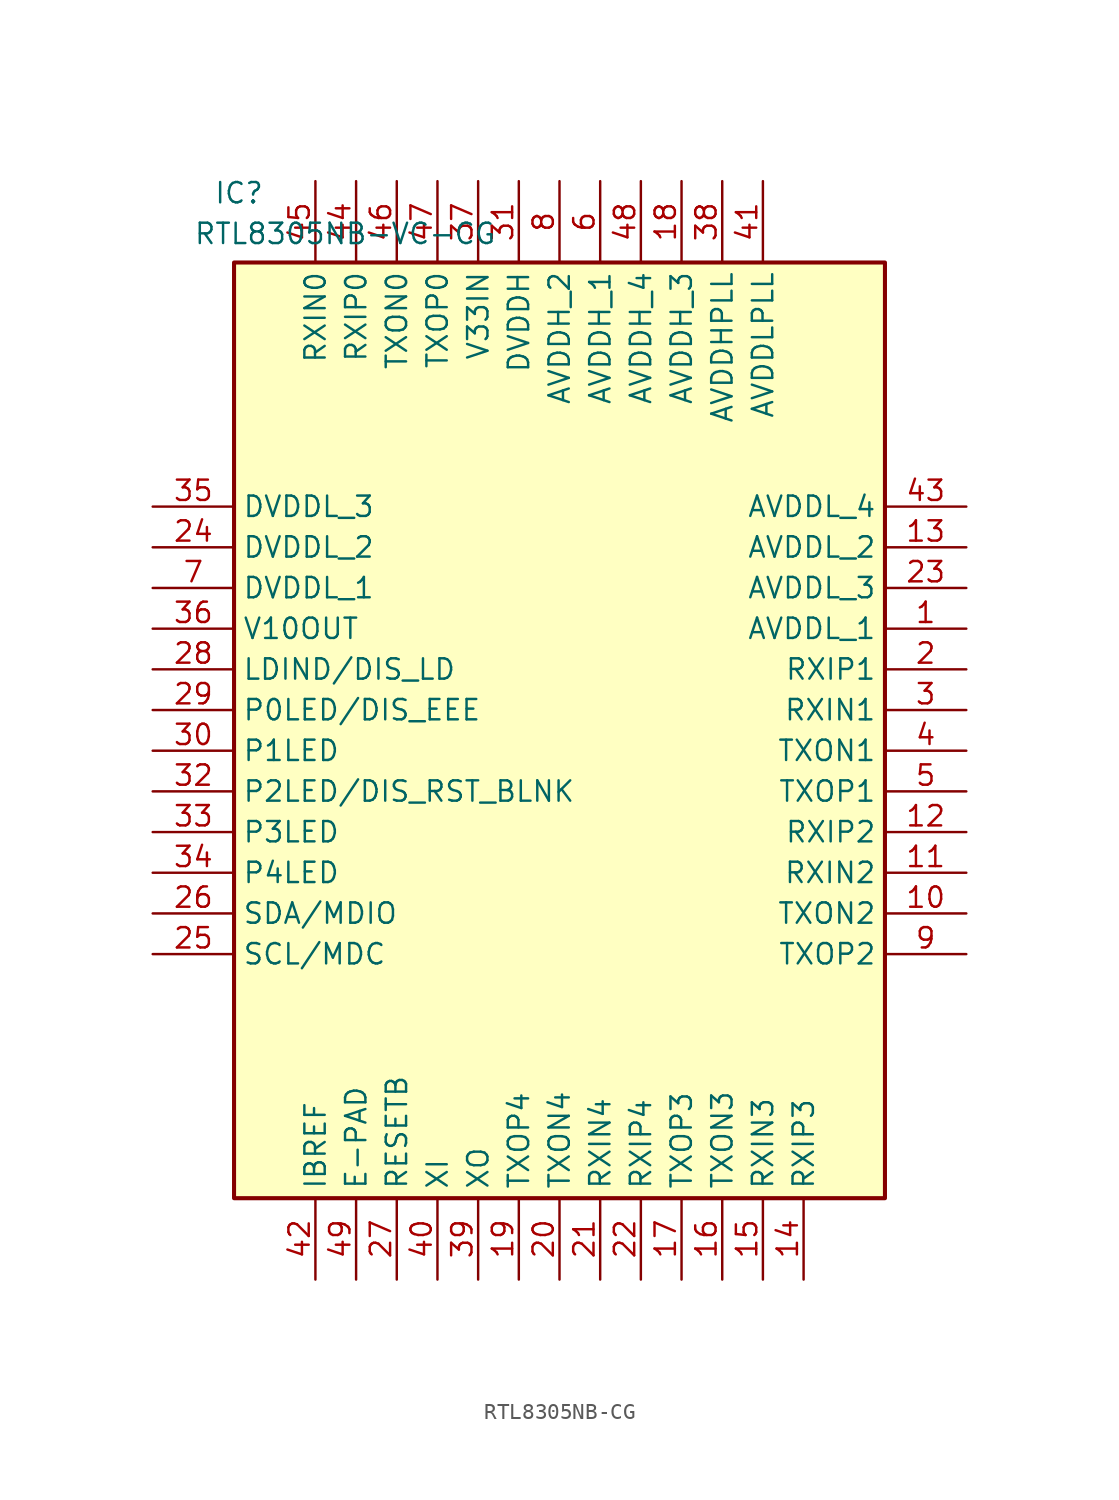
<source format=kicad_sym>
(kicad_symbol_lib
  (version 20241209)
  (generator "kicad_symbol_editor")
  (generator_version "9.0")
  (symbol "RTL8305NB-CG"
    (property "Reference" "IC"
      (at 3.81 20.32 0)
      (effects (font (size 1.27 1.27)) (justify left top)))
    (property "Value" "RTL8305NB-VC-CG"
      (at 2.54 17.78 0)
      (effects (font (size 1.27 1.27)) (justify left top)))
    (symbol "RTL8305NB-CG_1_1"
      (rectangle (start 45.72 15.24) (end 5.08 -43.18) (stroke (width 0.254) (type default)) (fill (type background)))
      (pin power_in line (at 0 0 0) (length 5.08) (name "DVDDL_3" (effects (font (size 1.27 1.27)))) (number "35" (effects (font (size 1.27 1.27)))))
      (pin power_in line (at 0 -2.54 0) (length 5.08) (name "DVDDL_2" (effects (font (size 1.27 1.27)))) (number "24" (effects (font (size 1.27 1.27)))))
      (pin power_in line (at 0 -5.08 0) (length 5.08) (name "DVDDL_1" (effects (font (size 1.27 1.27)))) (number "7" (effects (font (size 1.27 1.27)))))
      (pin power_out line (at 0 -7.62 0) (length 5.08) (name "V10OUT" (effects (font (size 1.27 1.27)))) (number "36" (effects (font (size 1.27 1.27)))))
      (pin bidirectional line (at 0 -10.16 0) (length 5.08) (name "LDIND/DIS_LD" (effects (font (size 1.27 1.27)))) (number "28" (effects (font (size 1.27 1.27)))))
      (pin bidirectional line (at 0 -12.7 0) (length 5.08) (name "P0LED/DIS_EEE" (effects (font (size 1.27 1.27)))) (number "29" (effects (font (size 1.27 1.27)))))
      (pin bidirectional line (at 0 -15.24 0) (length 5.08) (name "P1LED" (effects (font (size 1.27 1.27)))) (number "30" (effects (font (size 1.27 1.27)))))
      (pin bidirectional line (at 0 -17.78 0) (length 5.08) (name "P2LED/DIS_RST_BLNK" (effects (font (size 1.27 1.27)))) (number "32" (effects (font (size 1.27 1.27)))))
      (pin bidirectional line (at 0 -20.32 0) (length 5.08) (name "P3LED" (effects (font (size 1.27 1.27)))) (number "33" (effects (font (size 1.27 1.27)))))
      (pin bidirectional line (at 0 -22.86 0) (length 5.08) (name "P4LED" (effects (font (size 1.27 1.27)))) (number "34" (effects (font (size 1.27 1.27)))))
      (pin bidirectional line (at 0 -25.4 0) (length 5.08) (name "SDA/MDIO" (effects (font (size 1.27 1.27)))) (number "26" (effects (font (size 1.27 1.27)))))
      (pin bidirectional line (at 0 -27.94 0) (length 5.08) (name "SCL/MDC" (effects (font (size 1.27 1.27)))) (number "25" (effects (font (size 1.27 1.27)))))
      (pin input line (at 10.16 20.32 270) (length 5.08) (name "RXIN0" (effects (font (size 1.27 1.27)))) (number "45" (effects (font (size 1.27 1.27)))))
      (pin output line (at 10.16 -48.26 90) (length 5.08) (name "IBREF" (effects (font (size 1.27 1.27)))) (number "42" (effects (font (size 1.27 1.27)))))
      (pin input line (at 12.7 20.32 270) (length 5.08) (name "RXIP0" (effects (font (size 1.27 1.27)))) (number "44" (effects (font (size 1.27 1.27)))))
      (pin power_in line (at 12.7 -48.26 90) (length 5.08) (name "E-PAD" (effects (font (size 1.27 1.27)))) (number "49" (effects (font (size 1.27 1.27)))))
      (pin output line (at 15.24 20.32 270) (length 5.08) (name "TXON0" (effects (font (size 1.27 1.27)))) (number "46" (effects (font (size 1.27 1.27)))))
      (pin input line (at 15.24 -48.26 90) (length 5.08) (name "RESETB" (effects (font (size 1.27 1.27)))) (number "27" (effects (font (size 1.27 1.27)))))
      (pin output line (at 17.78 20.32 270) (length 5.08) (name "TXOP0" (effects (font (size 1.27 1.27)))) (number "47" (effects (font (size 1.27 1.27)))))
      (pin input line (at 17.78 -48.26 90) (length 5.08) (name "XI" (effects (font (size 1.27 1.27)))) (number "40" (effects (font (size 1.27 1.27)))))
      (pin power_in line (at 20.32 20.32 270) (length 5.08) (name "V33IN" (effects (font (size 1.27 1.27)))) (number "37" (effects (font (size 1.27 1.27)))))
      (pin output line (at 20.32 -48.26 90) (length 5.08) (name "XO" (effects (font (size 1.27 1.27)))) (number "39" (effects (font (size 1.27 1.27)))))
      (pin power_in line (at 22.86 20.32 270) (length 5.08) (name "DVDDH" (effects (font (size 1.27 1.27)))) (number "31" (effects (font (size 1.27 1.27)))))
      (pin output line (at 22.86 -48.26 90) (length 5.08) (name "TXOP4" (effects (font (size 1.27 1.27)))) (number "19" (effects (font (size 1.27 1.27)))))
      (pin power_in line (at 25.4 20.32 270) (length 5.08) (name "AVDDH_2" (effects (font (size 1.27 1.27)))) (number "8" (effects (font (size 1.27 1.27)))))
      (pin output line (at 25.4 -48.26 90) (length 5.08) (name "TXON4" (effects (font (size 1.27 1.27)))) (number "20" (effects (font (size 1.27 1.27)))))
      (pin power_in line (at 27.94 20.32 270) (length 5.08) (name "AVDDH_1" (effects (font (size 1.27 1.27)))) (number "6" (effects (font (size 1.27 1.27)))))
      (pin input line (at 27.94 -48.26 90) (length 5.08) (name "RXIN4" (effects (font (size 1.27 1.27)))) (number "21" (effects (font (size 1.27 1.27)))))
      (pin power_in line (at 30.48 20.32 270) (length 5.08) (name "AVDDH_4" (effects (font (size 1.27 1.27)))) (number "48" (effects (font (size 1.27 1.27)))))
      (pin input line (at 30.48 -48.26 90) (length 5.08) (name "RXIP4" (effects (font (size 1.27 1.27)))) (number "22" (effects (font (size 1.27 1.27)))))
      (pin power_in line (at 33.02 20.32 270) (length 5.08) (name "AVDDH_3" (effects (font (size 1.27 1.27)))) (number "18" (effects (font (size 1.27 1.27)))))
      (pin output line (at 33.02 -48.26 90) (length 5.08) (name "TXOP3" (effects (font (size 1.27 1.27)))) (number "17" (effects (font (size 1.27 1.27)))))
      (pin power_in line (at 35.56 20.32 270) (length 5.08) (name "AVDDHPLL" (effects (font (size 1.27 1.27)))) (number "38" (effects (font (size 1.27 1.27)))))
      (pin output line (at 35.56 -48.26 90) (length 5.08) (name "TXON3" (effects (font (size 1.27 1.27)))) (number "16" (effects (font (size 1.27 1.27)))))
      (pin power_in line (at 38.1 20.32 270) (length 5.08) (name "AVDDLPLL" (effects (font (size 1.27 1.27)))) (number "41" (effects (font (size 1.27 1.27)))))
      (pin input line (at 38.1 -48.26 90) (length 5.08) (name "RXIN3" (effects (font (size 1.27 1.27)))) (number "15" (effects (font (size 1.27 1.27)))))
      (pin input line (at 40.64 -48.26 90) (length 5.08) (name "RXIP3" (effects (font (size 1.27 1.27)))) (number "14" (effects (font (size 1.27 1.27)))))
      (pin power_in line (at 50.8 0 180) (length 5.08) (name "AVDDL_4" (effects (font (size 1.27 1.27)))) (number "43" (effects (font (size 1.27 1.27)))))
      (pin power_in line (at 50.8 -2.54 180) (length 5.08) (name "AVDDL_2" (effects (font (size 1.27 1.27)))) (number "13" (effects (font (size 1.27 1.27)))))
      (pin power_in line (at 50.8 -5.08 180) (length 5.08) (name "AVDDL_3" (effects (font (size 1.27 1.27)))) (number "23" (effects (font (size 1.27 1.27)))))
      (pin power_in line (at 50.8 -7.62 180) (length 5.08) (name "AVDDL_1" (effects (font (size 1.27 1.27)))) (number "1" (effects (font (size 1.27 1.27)))))
      (pin input line (at 50.8 -10.16 180) (length 5.08) (name "RXIP1" (effects (font (size 1.27 1.27)))) (number "2" (effects (font (size 1.27 1.27)))))
      (pin input line (at 50.8 -12.7 180) (length 5.08) (name "RXIN1" (effects (font (size 1.27 1.27)))) (number "3" (effects (font (size 1.27 1.27)))))
      (pin output line (at 50.8 -15.24 180) (length 5.08) (name "TXON1" (effects (font (size 1.27 1.27)))) (number "4" (effects (font (size 1.27 1.27)))))
      (pin output line (at 50.8 -17.78 180) (length 5.08) (name "TXOP1" (effects (font (size 1.27 1.27)))) (number "5" (effects (font (size 1.27 1.27)))))
      (pin input line (at 50.8 -20.32 180) (length 5.08) (name "RXIP2" (effects (font (size 1.27 1.27)))) (number "12" (effects (font (size 1.27 1.27)))))
      (pin input line (at 50.8 -22.86 180) (length 5.08) (name "RXIN2" (effects (font (size 1.27 1.27)))) (number "11" (effects (font (size 1.27 1.27)))))
      (pin output line (at 50.8 -25.4 180) (length 5.08) (name "TXON2" (effects (font (size 1.27 1.27)))) (number "10" (effects (font (size 1.27 1.27)))))
      (pin output line (at 50.8 -27.94 180) (length 5.08) (name "TXOP2" (effects (font (size 1.27 1.27)))) (number "9" (effects (font (size 1.27 1.27))))))))
</source>
